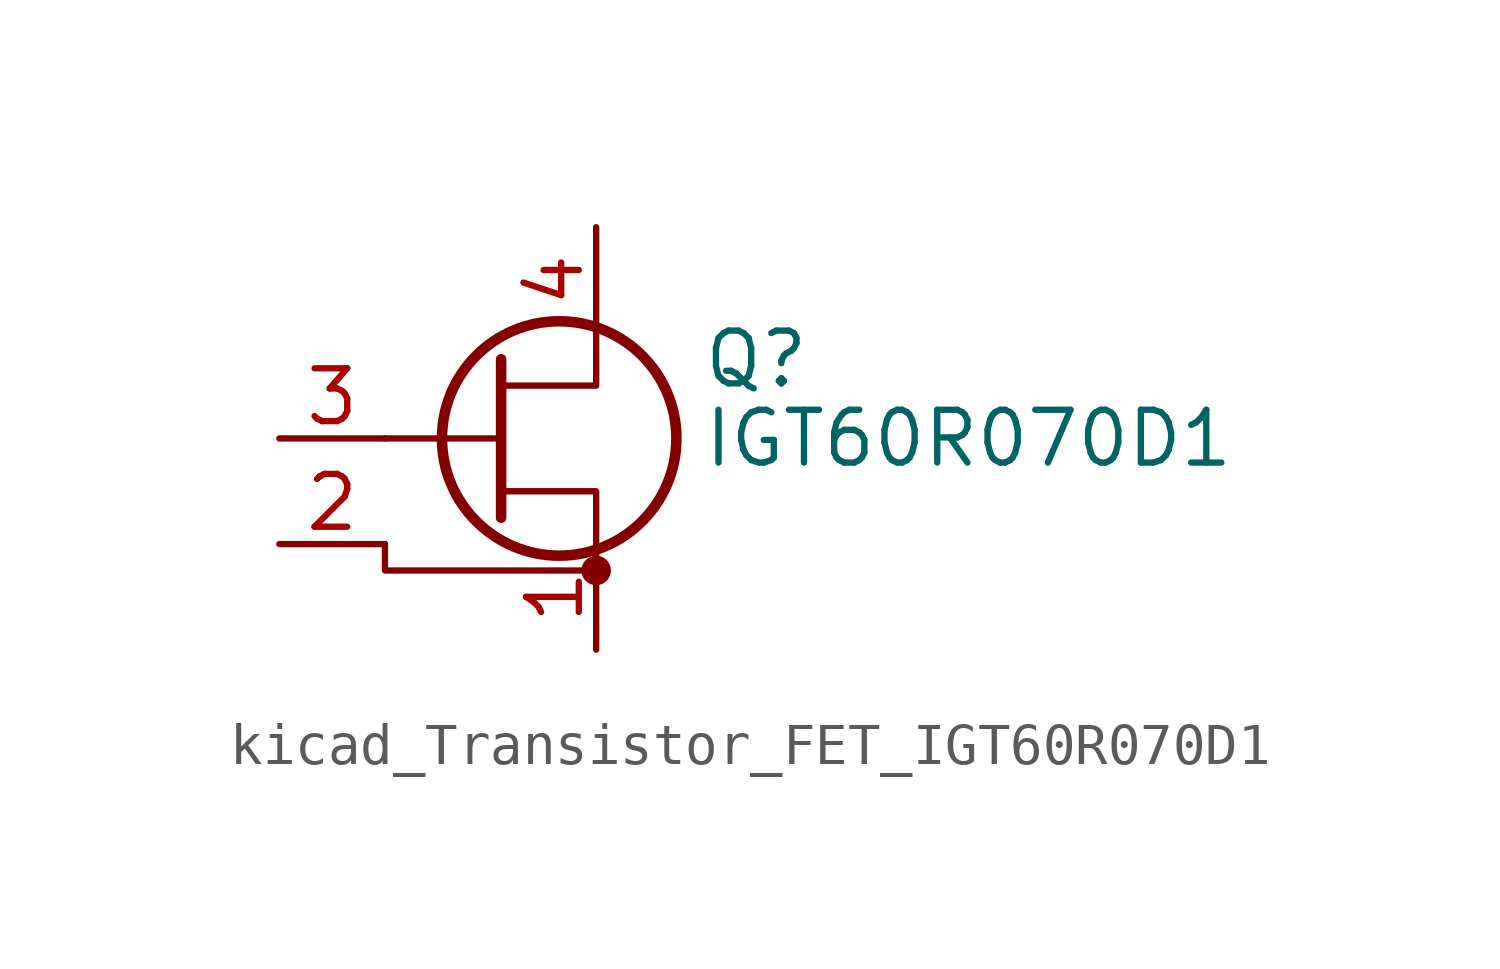
<source format=kicad_sym>
(kicad_symbol_lib
  (version 20220914)
  (generator kicad_symbol_editor)
  (symbol "kicad_Transistor_FET_IGT60R070D1"
    (pin_names
      (offset 0) hide)
    (property "Reference" "Q"
      (at 5.08 1.905 0)
      (effects (font (size 1.27 1.27)) (justify left)))
    (property "Value" "IGT60R070D1"
      (at 5.08 0 0)
      (effects (font (size 1.27 1.27)) (justify left)))
    (symbol "kicad_Transistor_FET_IGT60R070D1_0_1"
      (polyline (pts (xy -2.54 0) (xy 0.254 0)) (stroke (width 0) (type default)) (fill (type none)))
      (polyline (pts (xy -2.54 -2.54) (xy -2.54 -3.175) (xy 2.54 -3.175)) (stroke (width 0) (type default)) (fill (type none)))
      (polyline (pts (xy 0.254 -1.27) (xy 2.54 -1.27) (xy 2.54 -2.54)) (stroke (width 0) (type default)) (fill (type none)))
      (polyline (pts (xy 0.254 1.905) (xy 0.254 -1.905) (xy 0.254 -1.905)) (stroke (width 0.254) (type default)) (fill (type none)))
      (polyline (pts (xy 2.54 2.54) (xy 2.54 1.27) (xy 0.254 1.27)) (stroke (width 0) (type default)) (fill (type none)))
      (circle (center 1.651 0) (radius 2.819) (stroke (width 0.254) (type default)) (fill (type none)))
      (circle (center 2.54 -3.175) (radius 0.279) (stroke (width 0) (type default)) (fill (type outline))))
    (symbol "kicad_Transistor_FET_IGT60R070D1_1_1"
      (pin passive line (at 2.54 -5.08 90) (length 2.54) (name "S" (effects (font (size 1.27 1.27)))) (number "1" (effects (font (size 1.27 1.27)))))
      (pin passive line (at -5.08 -2.54 0) (length 2.54) (name "SS" (effects (font (size 1.27 1.27)))) (number "2" (effects (font (size 1.27 1.27)))))
      (pin input line (at -5.08 0 0) (length 2.54) (name "G" (effects (font (size 1.27 1.27)))) (number "3" (effects (font (size 1.27 1.27)))))
      (pin passive line (at 2.54 5.08 270) (length 2.54) (name "D" (effects (font (size 1.27 1.27)))) (number "4" (effects (font (size 1.27 1.27))))))))
</source>
